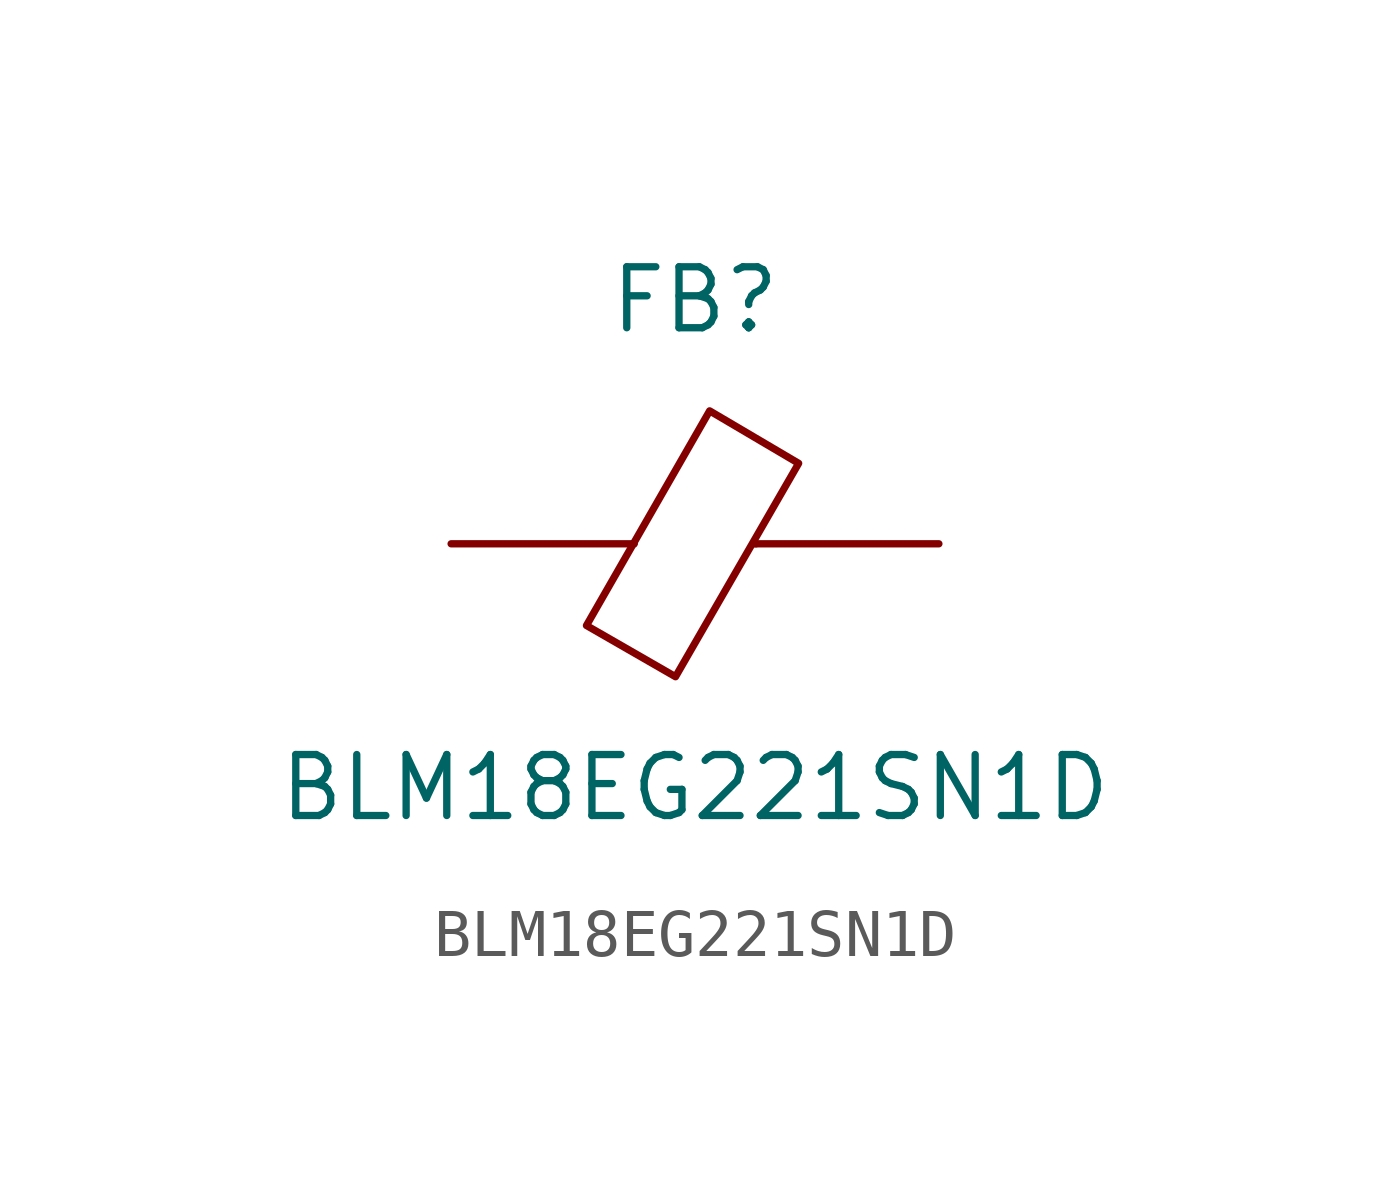
<source format=kicad_sym>
(kicad_symbol_lib
  (version 20241209)
  (generator "kicad_symbol_editor")
  (generator_version "9.0")
  (symbol "BLM18EG221SN1D"
    (pin_numbers
      (hide yes))
    (pin_names
      (offset 0))
    (property "Reference" "FB"
      (at 0 5.08 0)
      (effects (font (size 1.27 1.27))))
    (property "Value" "BLM18EG221SN1D"
      (at 0 -5.08 0)
      (effects (font (size 1.27 1.27))))
    (symbol "BLM18EG221SN1D_0_1"
      (polyline (pts (xy -1.27 0) (xy -1.295 0)) (stroke (width 0) (type default)) (fill (type none)))
      (polyline (pts (xy -0.406 -2.769) (xy -2.261 -1.702) (xy 0.305 2.769) (xy 2.159 1.676) (xy -0.406 -2.769)) (stroke (width 0) (type default)) (fill (type none)))
      (polyline (pts (xy 1.27 0) (xy 1.219 0)) (stroke (width 0) (type default)) (fill (type none))))
    (symbol "BLM18EG221SN1D_1_1"
      (pin passive line (at -5.08 0 0) (length 3.81) (name "~" (effects (font (size 1.27 1.27)))) (number "1" (effects (font (size 1.27 1.27)))))
      (pin passive line (at 5.08 0 180) (length 3.81) (name "~" (effects (font (size 1.27 1.27)))) (number "2" (effects (font (size 1.27 1.27))))))))
</source>
